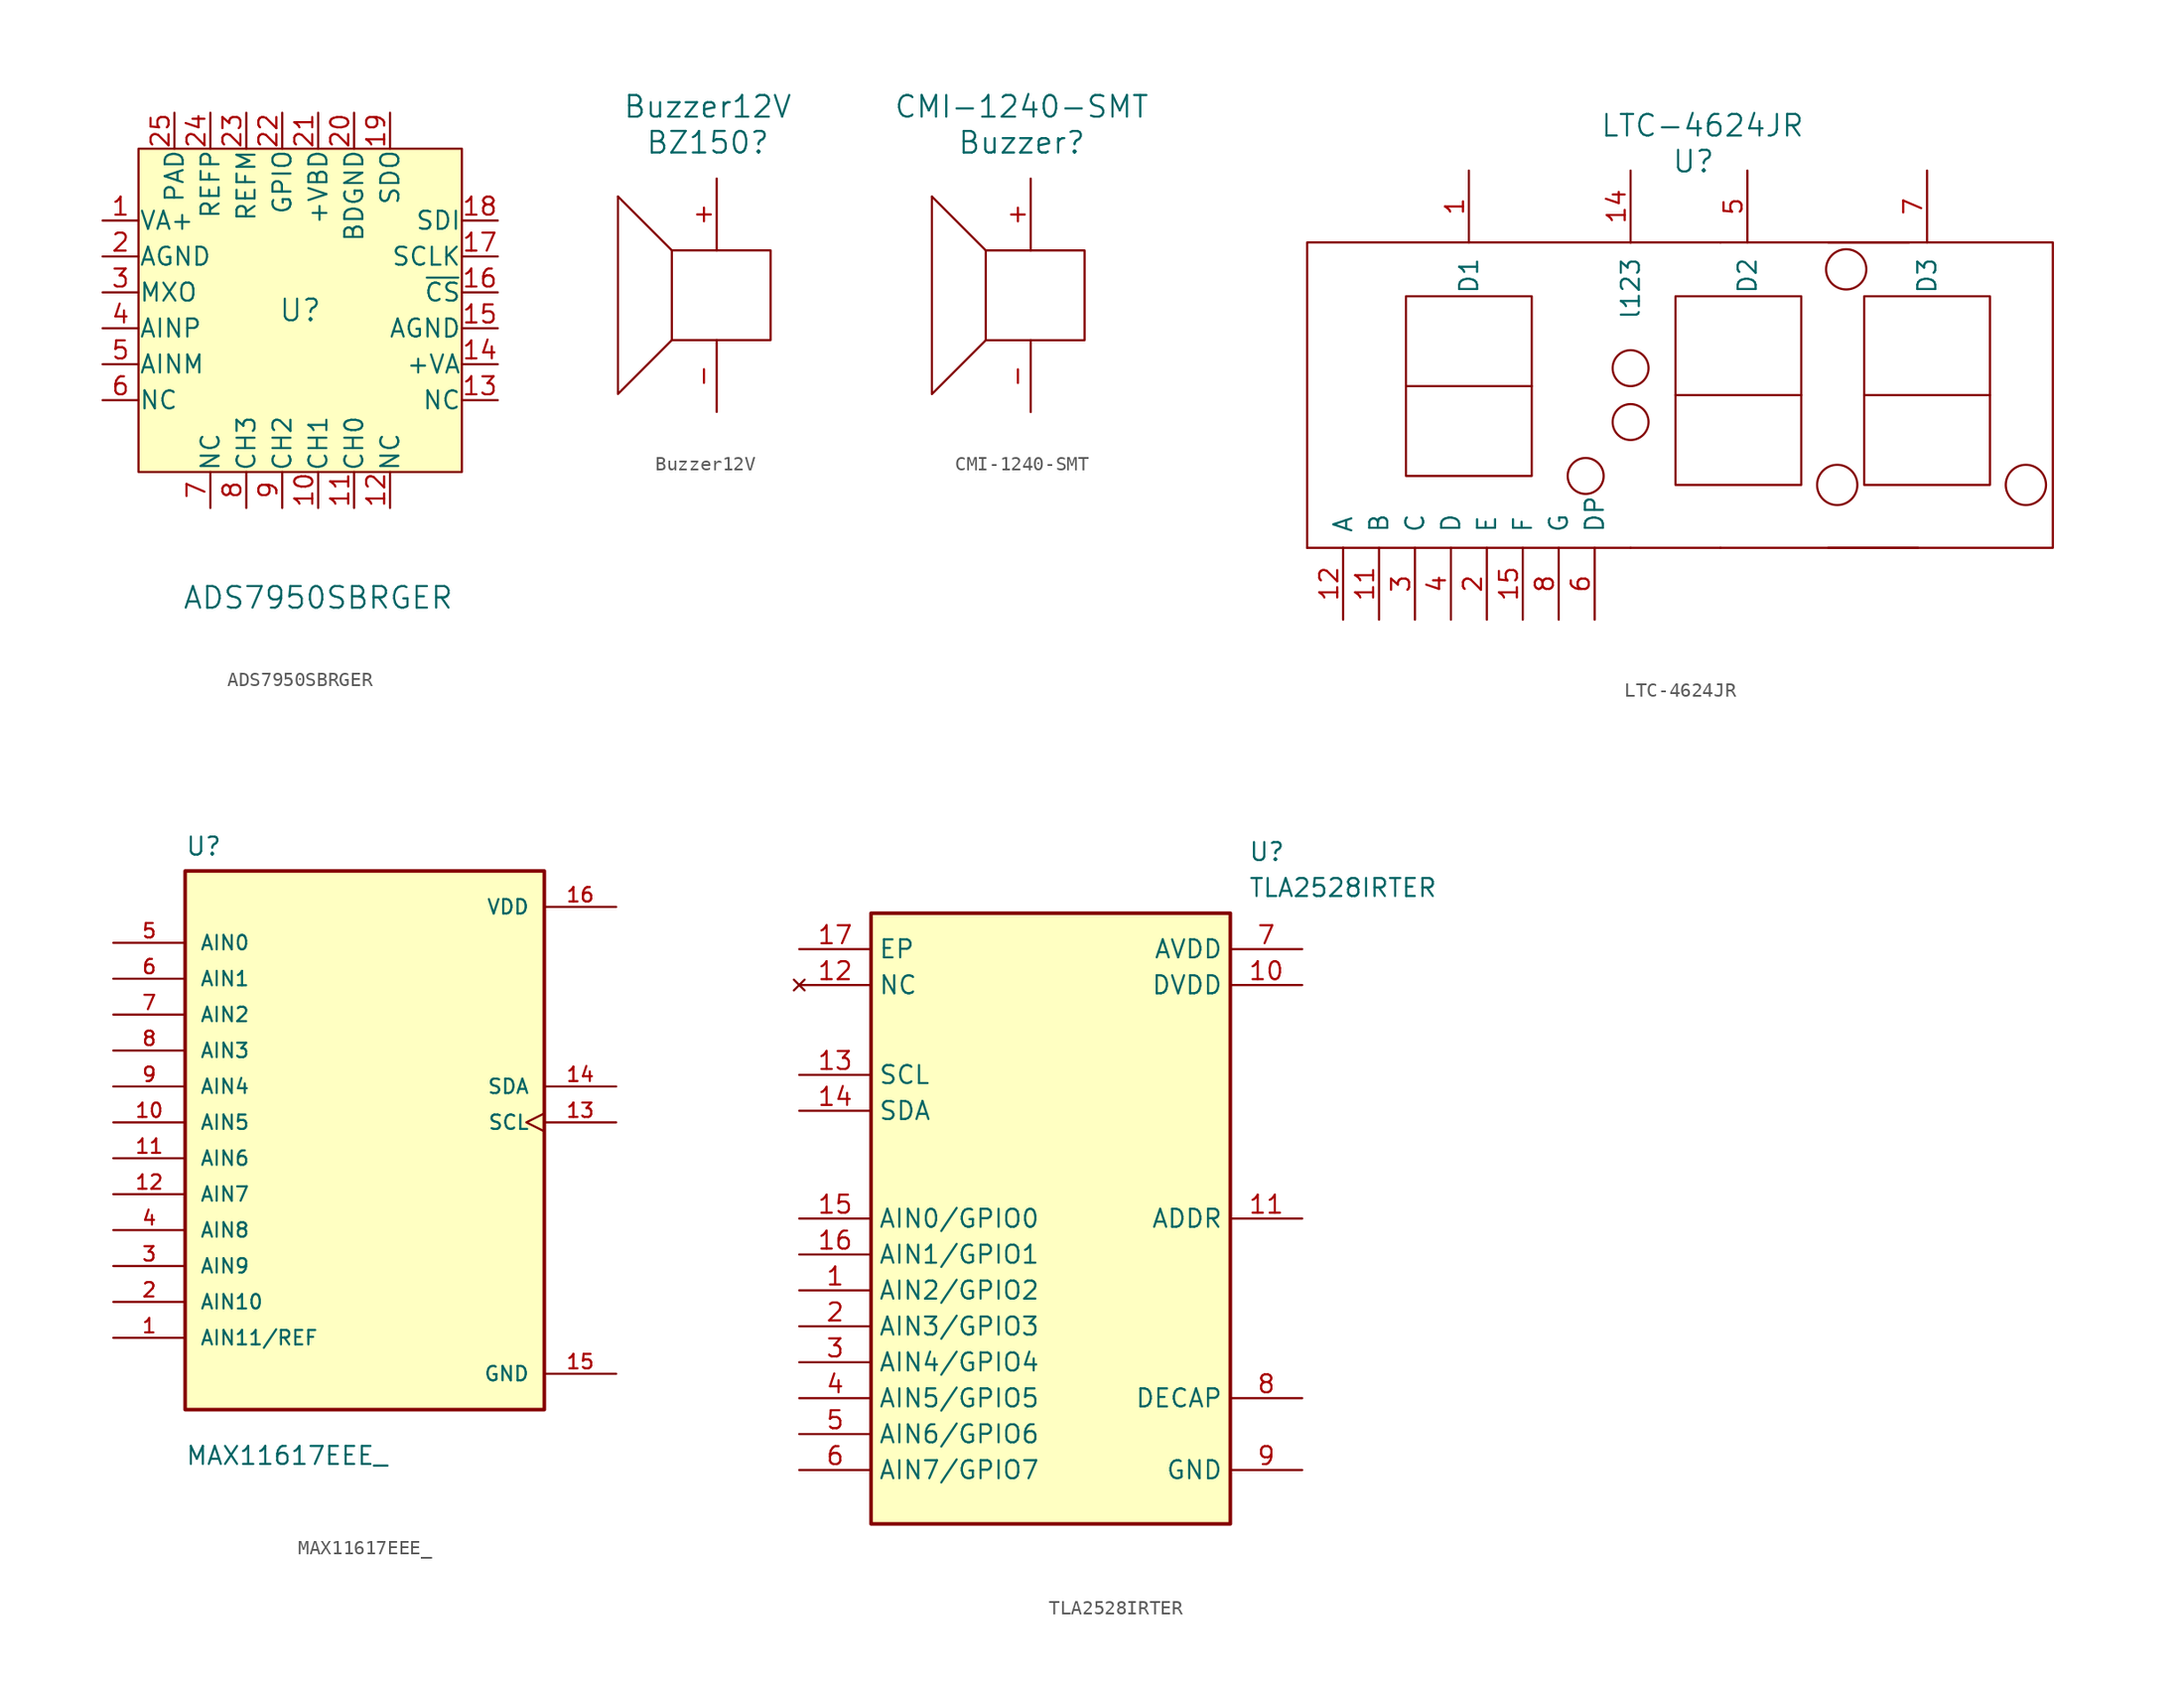
<source format=kicad_sym>
(kicad_symbol_lib
  (version 20231120)
  (generator "kicad_symbol_editor")
  (generator_version "8.0")
  (symbol "ADS7950SBRGER"
    (pin_names
      (offset 0.025))
    (property "Reference" "U"
      (at 0 0 0)
      (effects (font (size 1.524 1.524))))
    (property "Value" "ADS7950SBRGER"
      (at 1.27 -20.32 0)
      (effects (font (size 1.524 1.524))))
    (symbol "ADS7950SBRGER_0_0"
      (rectangle (start -11.43 11.43) (end 11.43 -11.43) (stroke (width 0) (type default)) (fill (type background))))
    (symbol "ADS7950SBRGER_1_1"
      (pin input line (at -13.97 6.35 0) (length 2.54) (name "VA+" (effects (font (size 1.27 1.27)))) (number "1" (effects (font (size 1.27 1.27)))))
      (pin input line (at 1.27 -13.97 90) (length 2.54) (name "CH1" (effects (font (size 1.27 1.27)))) (number "10" (effects (font (size 1.27 1.27)))))
      (pin input line (at 3.81 -13.97 90) (length 2.54) (name "CH0" (effects (font (size 1.27 1.27)))) (number "11" (effects (font (size 1.27 1.27)))))
      (pin input line (at 6.35 -13.97 90) (length 2.54) (name "NC" (effects (font (size 1.27 1.27)))) (number "12" (effects (font (size 1.27 1.27)))))
      (pin input line (at 13.97 -6.35 180) (length 2.54) (name "NC" (effects (font (size 1.27 1.27)))) (number "13" (effects (font (size 1.27 1.27)))))
      (pin input line (at 13.97 -3.81 180) (length 2.54) (name "+VA" (effects (font (size 1.27 1.27)))) (number "14" (effects (font (size 1.27 1.27)))))
      (pin input line (at 13.97 -1.27 180) (length 2.54) (name "AGND" (effects (font (size 1.27 1.27)))) (number "15" (effects (font (size 1.27 1.27)))))
      (pin input line (at 13.97 1.27 180) (length 2.54) (name "~{CS}" (effects (font (size 1.27 1.27)))) (number "16" (effects (font (size 1.27 1.27)))))
      (pin input line (at 13.97 3.81 180) (length 2.54) (name "SCLK" (effects (font (size 1.27 1.27)))) (number "17" (effects (font (size 1.27 1.27)))))
      (pin input line (at 13.97 6.35 180) (length 2.54) (name "SDI" (effects (font (size 1.27 1.27)))) (number "18" (effects (font (size 1.27 1.27)))))
      (pin input line (at 6.35 13.97 270) (length 2.54) (name "SDO" (effects (font (size 1.27 1.27)))) (number "19" (effects (font (size 1.27 1.27)))))
      (pin input line (at -13.97 3.81 0) (length 2.54) (name "AGND" (effects (font (size 1.27 1.27)))) (number "2" (effects (font (size 1.27 1.27)))))
      (pin input line (at 3.81 13.97 270) (length 2.54) (name "BDGND" (effects (font (size 1.27 1.27)))) (number "20" (effects (font (size 1.27 1.27)))))
      (pin input line (at 1.27 13.97 270) (length 2.54) (name "+VBD" (effects (font (size 1.27 1.27)))) (number "21" (effects (font (size 1.27 1.27)))))
      (pin input line (at -1.27 13.97 270) (length 2.54) (name "GPIO" (effects (font (size 1.27 1.27)))) (number "22" (effects (font (size 1.27 1.27)))))
      (pin input line (at -3.81 13.97 270) (length 2.54) (name "REFM" (effects (font (size 1.27 1.27)))) (number "23" (effects (font (size 1.27 1.27)))))
      (pin input line (at -6.35 13.97 270) (length 2.54) (name "REFP" (effects (font (size 1.27 1.27)))) (number "24" (effects (font (size 1.27 1.27)))))
      (pin input line (at -8.89 13.97 270) (length 2.54) (name "PAD" (effects (font (size 1.27 1.27)))) (number "25" (effects (font (size 1.27 1.27)))))
      (pin input line (at -13.97 1.27 0) (length 2.54) (name "MXO" (effects (font (size 1.27 1.27)))) (number "3" (effects (font (size 1.27 1.27)))))
      (pin input line (at -13.97 -1.27 0) (length 2.54) (name "AINP" (effects (font (size 1.27 1.27)))) (number "4" (effects (font (size 1.27 1.27)))))
      (pin input line (at -13.97 -3.81 0) (length 2.54) (name "AINM" (effects (font (size 1.27 1.27)))) (number "5" (effects (font (size 1.27 1.27)))))
      (pin input line (at -13.97 -6.35 0) (length 2.54) (name "NC" (effects (font (size 1.27 1.27)))) (number "6" (effects (font (size 1.27 1.27)))))
      (pin input line (at -6.35 -13.97 90) (length 2.54) (name "NC" (effects (font (size 1.27 1.27)))) (number "7" (effects (font (size 1.27 1.27)))))
      (pin input line (at -3.81 -13.97 90) (length 2.54) (name "CH3" (effects (font (size 1.27 1.27)))) (number "8" (effects (font (size 1.27 1.27)))))
      (pin input line (at -1.27 -13.97 90) (length 2.54) (name "CH2" (effects (font (size 1.27 1.27)))) (number "9" (effects (font (size 1.27 1.27)))))))
  (symbol "Buzzer12V"
    (pin_names
      (offset 1.016))
    (property "Reference" "BZ150"
      (at -1.27 10.16 0)
      (effects (font (size 1.524 1.524))))
    (property "Value" "Buzzer12V"
      (at -1.27 12.7 0)
      (effects (font (size 1.524 1.524))))
    (symbol "Buzzer12V_0_1"
      (rectangle (start -3.81 -3.81) (end 3.175 2.54) (stroke (width 0) (type default)) (fill (type none)))
      (polyline (pts (xy -3.81 2.54) (xy -7.62 6.35)) (stroke (width 0) (type default)) (fill (type none)))
      (polyline (pts (xy -3.81 -3.81) (xy -7.62 -7.62) (xy -7.62 6.35)) (stroke (width 0) (type default)) (fill (type none))))
    (symbol "Buzzer12V_1_1"
      (pin input line (at -0.635 7.62 270) (length 5.08) (name "~" (effects (font (size 1.27 1.27)))) (number "+" (effects (font (size 1.27 1.27)))))
      (pin input line (at -0.635 -8.89 90) (length 5.08) (name "~" (effects (font (size 1.27 1.27)))) (number "-" (effects (font (size 1.27 1.27)))))))
  (symbol "CMI-1240-SMT"
    (pin_names
      (offset 1.016))
    (property "Reference" "Buzzer"
      (at -1.27 10.16 0)
      (effects (font (size 1.524 1.524))))
    (property "Value" "CMI-1240-SMT"
      (at -1.27 12.7 0)
      (effects (font (size 1.524 1.524))))
    (symbol "CMI-1240-SMT_0_1"
      (rectangle (start -3.81 -3.81) (end 3.175 2.54) (stroke (width 0) (type default)) (fill (type none)))
      (polyline (pts (xy -3.81 2.54) (xy -7.62 6.35)) (stroke (width 0) (type default)) (fill (type none)))
      (polyline (pts (xy -3.81 -3.81) (xy -7.62 -7.62) (xy -7.62 6.35)) (stroke (width 0) (type default)) (fill (type none))))
    (symbol "CMI-1240-SMT_1_1"
      (pin input line (at -0.635 7.62 270) (length 5.08) (name "~" (effects (font (size 1.27 1.27)))) (number "+" (effects (font (size 1.27 1.27)))))
      (pin input line (at -0.635 -8.89 90) (length 5.08) (name "~" (effects (font (size 1.27 1.27)))) (number "-" (effects (font (size 1.27 1.27)))))))
  (symbol "LTC-4624JR"
    (pin_names
      (offset 1.016))
    (property "Reference" "U"
      (at 8.89 24.13 0)
      (effects (font (size 1.524 1.524))))
    (property "Value" "LTC-4624JR"
      (at 9.525 26.67 0)
      (effects (font (size 1.524 1.524))))
    (symbol "LTC-4624JR_0_1"
      (polyline (pts (xy -15.875 -3.175) (xy -18.415 -3.175)) (stroke (width 0) (type default)) (fill (type none)))
      (polyline (pts (xy -15.875 -3.175) (xy 4.445 -3.175)) (stroke (width 0) (type default)) (fill (type none)))
      (polyline (pts (xy 4.445 -3.175) (xy 10.795 -3.175)) (stroke (width 0) (type default)) (fill (type none)))
      (polyline (pts (xy 4.445 18.415) (xy 10.795 18.415)) (stroke (width 0) (type default)) (fill (type none)))
      (polyline (pts (xy 7.62 7.62) (xy 16.51 7.62)) (stroke (width 0) (type default)) (fill (type none)))
      (polyline (pts (xy 10.795 -3.175) (xy 24.765 -3.175)) (stroke (width 0) (type default)) (fill (type none)))
      (polyline (pts (xy 10.795 18.415) (xy 24.13 18.415)) (stroke (width 0) (type default)) (fill (type none)))
      (polyline (pts (xy 20.955 7.62) (xy 29.845 7.62)) (stroke (width 0) (type default)) (fill (type none)))
      (polyline (pts (xy -18.415 -3.175) (xy -18.415 18.415) (xy 3.175 18.415) (xy 4.445 18.415)) (stroke (width 0) (type default)) (fill (type none)))
      (polyline (pts (xy -11.43 8.255) (xy -11.43 1.905) (xy -2.54 1.905) (xy -2.54 8.255)) (stroke (width 0) (type default)) (fill (type none)))
      (polyline (pts (xy 18.415 18.415) (xy 34.29 18.415) (xy 34.29 -3.175) (xy 18.415 -3.175)) (stroke (width 0) (type default)) (fill (type none)))
      (polyline (pts (xy -11.43 14.605) (xy -2.54 14.605) (xy -2.54 8.255) (xy -11.43 8.255) (xy -11.43 14.605)) (stroke (width 0) (type default)) (fill (type none)))
      (polyline (pts (xy 7.62 14.605) (xy 7.62 1.905) (xy 7.62 1.27) (xy 16.51 1.27) (xy 16.51 14.605) (xy 7.62 14.605)) (stroke (width 0) (type default)) (fill (type none)))
      (polyline (pts (xy 20.955 14.605) (xy 20.955 1.905) (xy 20.955 1.27) (xy 29.845 1.27) (xy 29.845 14.605) (xy 20.955 14.605)) (stroke (width 0) (type default)) (fill (type none)))
      (circle (center 1.27 1.905) (radius 1.27) (stroke (width 0) (type default)) (fill (type none)))
      (circle (center 4.445 5.715) (radius 1.27) (stroke (width 0) (type default)) (fill (type none)))
      (circle (center 4.445 9.525) (radius 1.27) (stroke (width 0) (type default)) (fill (type none)))
      (circle (center 19.05 1.27) (radius 1.422) (stroke (width 0) (type default)) (fill (type none)))
      (circle (center 19.685 16.51) (radius 1.422) (stroke (width 0) (type default)) (fill (type none)))
      (circle (center 32.385 1.27) (radius 1.422) (stroke (width 0) (type default)) (fill (type none))))
    (symbol "LTC-4624JR_1_1"
      (pin input line (at -6.985 23.495 270) (length 5.08) (name "D1" (effects (font (size 1.27 1.27)))) (number "1" (effects (font (size 1.27 1.27)))))
      (pin input line (at -13.335 -8.255 90) (length 5.08) (name "B" (effects (font (size 1.27 1.27)))) (number "11" (effects (font (size 1.27 1.27)))))
      (pin input line (at -15.875 -8.255 90) (length 5.08) (name "A" (effects (font (size 1.27 1.27)))) (number "12" (effects (font (size 1.27 1.27)))))
      (pin input line (at 4.445 23.495 270) (length 5.08) (name "l123" (effects (font (size 1.27 1.27)))) (number "14" (effects (font (size 1.27 1.27)))))
      (pin input line (at -3.175 -8.255 90) (length 5.08) (name "F" (effects (font (size 1.27 1.27)))) (number "15" (effects (font (size 1.27 1.27)))))
      (pin input line (at -5.715 -8.255 90) (length 5.08) (name "E" (effects (font (size 1.27 1.27)))) (number "2" (effects (font (size 1.27 1.27)))))
      (pin input line (at -10.795 -8.255 90) (length 5.08) (name "C" (effects (font (size 1.27 1.27)))) (number "3" (effects (font (size 1.27 1.27)))))
      (pin input line (at -8.255 -8.255 90) (length 5.08) (name "D" (effects (font (size 1.27 1.27)))) (number "4" (effects (font (size 1.27 1.27)))))
      (pin input line (at 12.7 23.495 270) (length 5.08) (name "D2" (effects (font (size 1.27 1.27)))) (number "5" (effects (font (size 1.27 1.27)))))
      (pin input line (at 1.905 -8.255 90) (length 5.08) (name "DP" (effects (font (size 1.27 1.27)))) (number "6" (effects (font (size 1.27 1.27)))))
      (pin input line (at 25.4 23.495 270) (length 5.08) (name "D3" (effects (font (size 1.27 1.27)))) (number "7" (effects (font (size 1.27 1.27)))))
      (pin input line (at -0.635 -8.255 90) (length 5.08) (name "G" (effects (font (size 1.27 1.27)))) (number "8" (effects (font (size 1.27 1.27)))))))
  (symbol "MAX11617EEE_"
    (pin_names
      (offset 1.016))
    (property "Reference" "U"
      (at -12.7 18.78 0)
      (effects (font (size 1.27 1.27)) (justify left bottom)))
    (property "Value" "MAX11617EEE_"
      (at -12.7 -24.32 0)
      (effects (font (size 1.27 1.27)) (justify left bottom)))
    (symbol "MAX11617EEE__0_0"
      (rectangle (start -12.7 -20.32) (end 12.7 17.78) (stroke (width 0.254) (type default)) (fill (type background)))
      (pin bidirectional line (at -17.78 -15.24 0) (length 5.08) (name "AIN11/REF" (effects (font (size 1.016 1.016)))) (number "1" (effects (font (size 1.016 1.016)))))
      (pin input line (at -17.78 0 0) (length 5.08) (name "AIN5" (effects (font (size 1.016 1.016)))) (number "10" (effects (font (size 1.016 1.016)))))
      (pin input line (at -17.78 -2.54 0) (length 5.08) (name "AIN6" (effects (font (size 1.016 1.016)))) (number "11" (effects (font (size 1.016 1.016)))))
      (pin input line (at -17.78 -5.08 0) (length 5.08) (name "AIN7" (effects (font (size 1.016 1.016)))) (number "12" (effects (font (size 1.016 1.016)))))
      (pin input clock (at 17.78 0 180) (length 5.08) (name "SCL" (effects (font (size 1.016 1.016)))) (number "13" (effects (font (size 1.016 1.016)))))
      (pin bidirectional line (at 17.78 2.54 180) (length 5.08) (name "SDA" (effects (font (size 1.016 1.016)))) (number "14" (effects (font (size 1.016 1.016)))))
      (pin power_in line (at 17.78 -17.78 180) (length 5.08) (name "GND" (effects (font (size 1.016 1.016)))) (number "15" (effects (font (size 1.016 1.016)))))
      (pin power_in line (at 17.78 15.24 180) (length 5.08) (name "VDD" (effects (font (size 1.016 1.016)))) (number "16" (effects (font (size 1.016 1.016)))))
      (pin input line (at -17.78 -12.7 0) (length 5.08) (name "AIN10" (effects (font (size 1.016 1.016)))) (number "2" (effects (font (size 1.016 1.016)))))
      (pin input line (at -17.78 -10.16 0) (length 5.08) (name "AIN9" (effects (font (size 1.016 1.016)))) (number "3" (effects (font (size 1.016 1.016)))))
      (pin input line (at -17.78 -7.62 0) (length 5.08) (name "AIN8" (effects (font (size 1.016 1.016)))) (number "4" (effects (font (size 1.016 1.016)))))
      (pin input line (at -17.78 12.7 0) (length 5.08) (name "AIN0" (effects (font (size 1.016 1.016)))) (number "5" (effects (font (size 1.016 1.016)))))
      (pin input line (at -17.78 10.16 0) (length 5.08) (name "AIN1" (effects (font (size 1.016 1.016)))) (number "6" (effects (font (size 1.016 1.016)))))
      (pin input line (at -17.78 7.62 0) (length 5.08) (name "AIN2" (effects (font (size 1.016 1.016)))) (number "7" (effects (font (size 1.016 1.016)))))
      (pin input line (at -17.78 5.08 0) (length 5.08) (name "AIN3" (effects (font (size 1.016 1.016)))) (number "8" (effects (font (size 1.016 1.016)))))
      (pin input line (at -17.78 2.54 0) (length 5.08) (name "AIN4" (effects (font (size 1.016 1.016)))) (number "9" (effects (font (size 1.016 1.016)))))))
  (symbol "TLA2528IRTER"
    (property "Reference" "U"
      (at 31.75 22.86 0)
      (effects (font (size 1.27 1.27)) (justify left top)))
    (property "Value" "TLA2528IRTER"
      (at 31.75 20.32 0)
      (effects (font (size 1.27 1.27)) (justify left top)))
    (symbol "TLA2528IRTER_1_1"
      (rectangle (start 5.08 17.78) (end 30.48 -25.4) (stroke (width 0.254) (type default)) (fill (type background)))
      (pin passive line (at 0 -8.89 0) (length 5.08) (name "AIN2/GPIO2" (effects (font (size 1.27 1.27)))) (number "1" (effects (font (size 1.27 1.27)))))
      (pin passive line (at 35.56 12.7 180) (length 5.08) (name "DVDD" (effects (font (size 1.27 1.27)))) (number "10" (effects (font (size 1.27 1.27)))))
      (pin passive line (at 35.56 -3.81 180) (length 5.08) (name "ADDR" (effects (font (size 1.27 1.27)))) (number "11" (effects (font (size 1.27 1.27)))))
      (pin no_connect line (at 0 12.7 0) (length 5.08) (name "NC" (effects (font (size 1.27 1.27)))) (number "12" (effects (font (size 1.27 1.27)))))
      (pin passive line (at 0 6.35 0) (length 5.08) (name "SCL" (effects (font (size 1.27 1.27)))) (number "13" (effects (font (size 1.27 1.27)))))
      (pin passive line (at 0 3.81 0) (length 5.08) (name "SDA" (effects (font (size 1.27 1.27)))) (number "14" (effects (font (size 1.27 1.27)))))
      (pin passive line (at 0 -3.81 0) (length 5.08) (name "AIN0/GPIO0" (effects (font (size 1.27 1.27)))) (number "15" (effects (font (size 1.27 1.27)))))
      (pin passive line (at 0 -6.35 0) (length 5.08) (name "AIN1/GPIO1" (effects (font (size 1.27 1.27)))) (number "16" (effects (font (size 1.27 1.27)))))
      (pin passive line (at 0 15.24 0) (length 5.08) (name "EP" (effects (font (size 1.27 1.27)))) (number "17" (effects (font (size 1.27 1.27)))))
      (pin passive line (at 0 -11.43 0) (length 5.08) (name "AIN3/GPIO3" (effects (font (size 1.27 1.27)))) (number "2" (effects (font (size 1.27 1.27)))))
      (pin passive line (at 0 -13.97 0) (length 5.08) (name "AIN4/GPIO4" (effects (font (size 1.27 1.27)))) (number "3" (effects (font (size 1.27 1.27)))))
      (pin passive line (at 0 -16.51 0) (length 5.08) (name "AIN5/GPIO5" (effects (font (size 1.27 1.27)))) (number "4" (effects (font (size 1.27 1.27)))))
      (pin passive line (at 0 -19.05 0) (length 5.08) (name "AIN6/GPIO6" (effects (font (size 1.27 1.27)))) (number "5" (effects (font (size 1.27 1.27)))))
      (pin passive line (at 0 -21.59 0) (length 5.08) (name "AIN7/GPIO7" (effects (font (size 1.27 1.27)))) (number "6" (effects (font (size 1.27 1.27)))))
      (pin passive line (at 35.56 15.24 180) (length 5.08) (name "AVDD" (effects (font (size 1.27 1.27)))) (number "7" (effects (font (size 1.27 1.27)))))
      (pin passive line (at 35.56 -16.51 180) (length 5.08) (name "DECAP" (effects (font (size 1.27 1.27)))) (number "8" (effects (font (size 1.27 1.27)))))
      (pin passive line (at 35.56 -21.59 180) (length 5.08) (name "GND" (effects (font (size 1.27 1.27)))) (number "9" (effects (font (size 1.27 1.27))))))))
</source>
